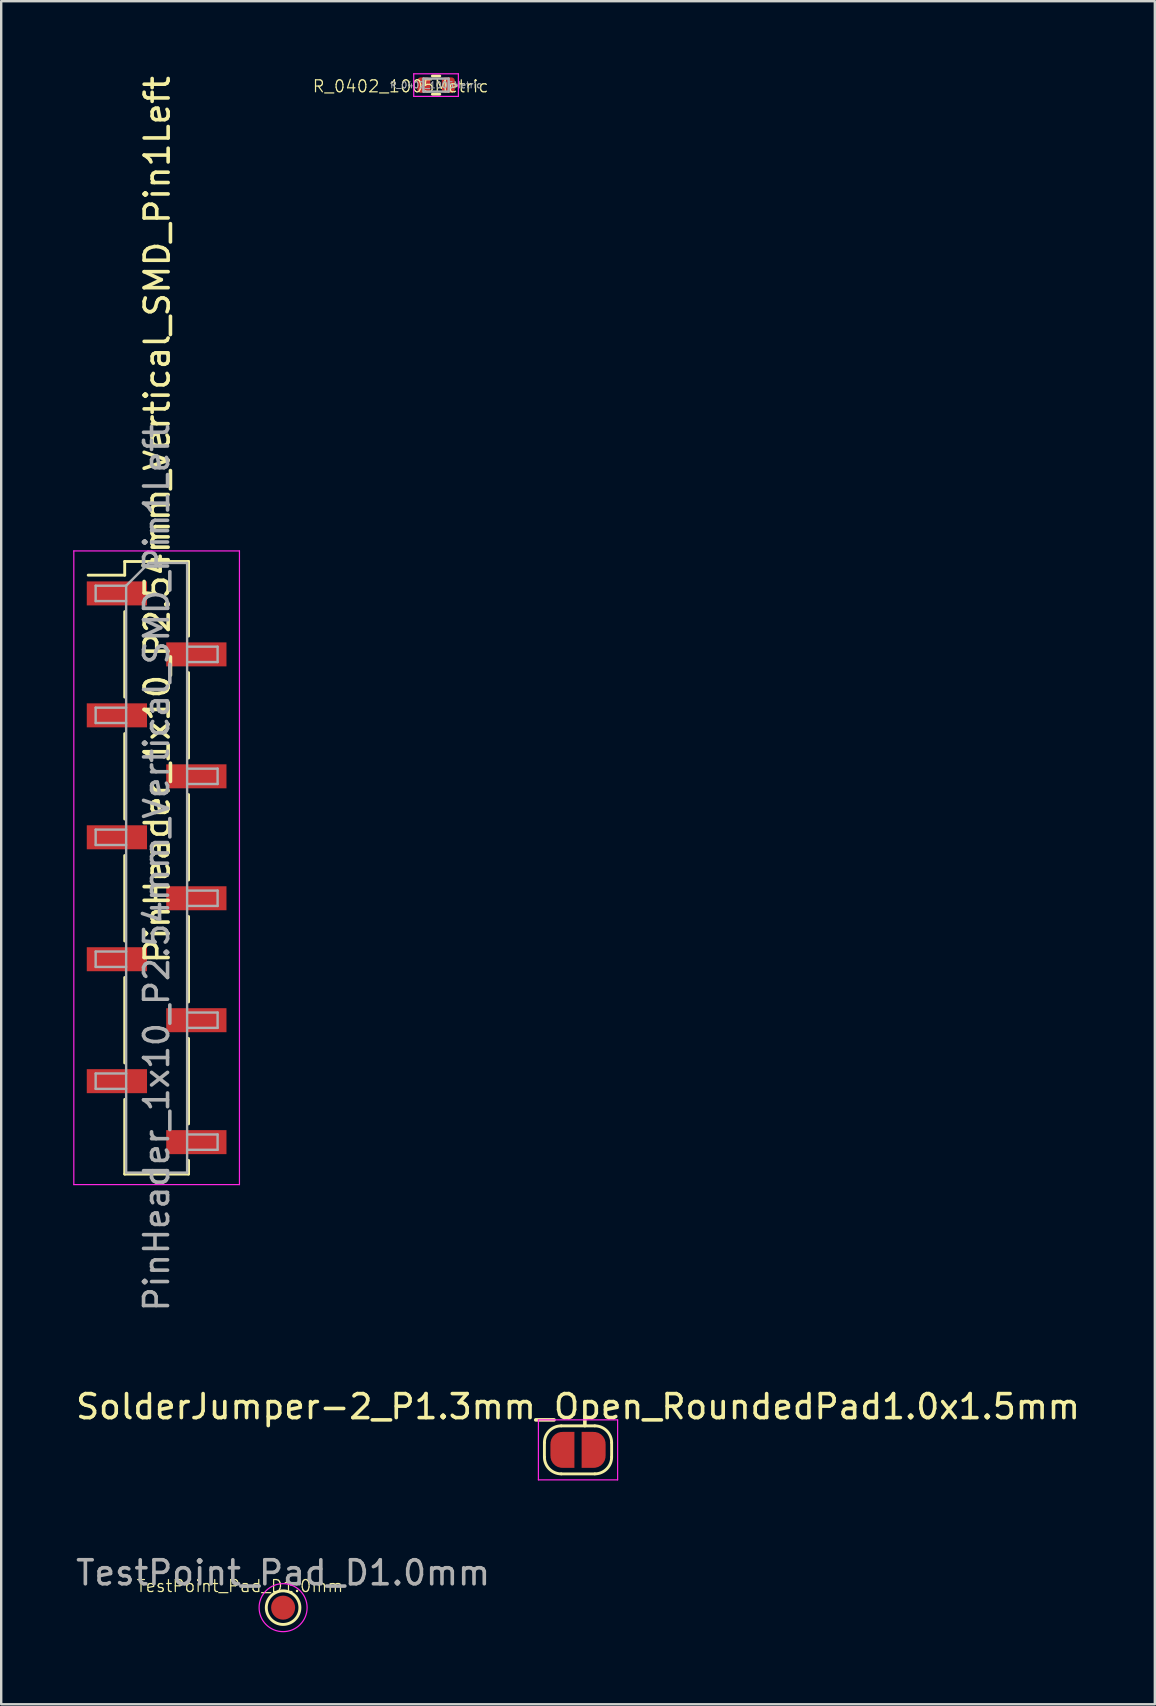
<source format=kicad_pcb>
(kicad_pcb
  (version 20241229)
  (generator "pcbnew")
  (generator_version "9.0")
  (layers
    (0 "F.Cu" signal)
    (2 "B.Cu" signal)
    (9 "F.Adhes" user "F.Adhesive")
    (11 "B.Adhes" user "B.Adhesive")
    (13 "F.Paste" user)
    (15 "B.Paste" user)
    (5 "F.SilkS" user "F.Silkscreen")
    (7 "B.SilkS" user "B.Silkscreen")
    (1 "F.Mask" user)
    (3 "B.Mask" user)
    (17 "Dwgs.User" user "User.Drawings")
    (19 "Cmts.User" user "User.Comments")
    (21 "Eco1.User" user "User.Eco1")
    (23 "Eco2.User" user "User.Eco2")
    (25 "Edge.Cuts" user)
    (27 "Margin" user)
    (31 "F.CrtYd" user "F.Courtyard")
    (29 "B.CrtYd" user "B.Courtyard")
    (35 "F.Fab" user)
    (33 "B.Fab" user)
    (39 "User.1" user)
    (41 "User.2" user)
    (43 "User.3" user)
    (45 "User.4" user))
  (footprint "TestPoint_Pad_D1.0mm"
    (layer "F.Cu")
    (at 8.744 63.924)
    (property "Reference" "TestPoint_Pad_D1.0mm" (at -1.8 -0.9 0) (unlocked yes) (layer "F.SilkS") (effects (font (size 0.5 0.5) (thickness 0.05))))
    (attr exclude_from_pos_files exclude_from_bom)
    (fp_circle (center 0 0) (end 0 0.7) (stroke (width 0.12) (type solid)) (fill no) (layer "F.SilkS"))
    (fp_circle (center 0 0) (end 1 0) (stroke (width 0.05) (type solid)) (fill no) (layer "F.CrtYd"))
    (fp_text user "${REFERENCE}" (at 0 -1.45 0) (layer "F.Fab") (effects (font (size 1 1) (thickness 0.15))))
    (pad "1" smd circle (at 0 0 180) (size 1 1) (layers "F.Cu" "F.Mask")))
  (footprint "R_0402_1005Metric"
    (layer "F.Cu")
    (at 15.116 0.495)
    (property "Reference" "R_0402_1005Metric" (at -1.474 0.05 0) (layer "F.SilkS") (effects (font (size 0.5 0.5) (thickness 0.05))))
    (attr smd)
    (fp_line (start -0.154 -0.38) (end 0.154 -0.38) (stroke (width 0.12) (type solid)) (layer "F.SilkS"))
    (fp_line (start -0.154 0.38) (end 0.154 0.38) (stroke (width 0.12) (type solid)) (layer "F.SilkS"))
    (fp_line (start -0.93 -0.47) (end 0.93 -0.47) (stroke (width 0.05) (type solid)) (layer "F.CrtYd"))
    (fp_line (start -0.93 0.47) (end -0.93 -0.47) (stroke (width 0.05) (type solid)) (layer "F.CrtYd"))
    (fp_line (start 0.93 -0.47) (end 0.93 0.47) (stroke (width 0.05) (type solid)) (layer "F.CrtYd"))
    (fp_line (start 0.93 0.47) (end -0.93 0.47) (stroke (width 0.05) (type solid)) (layer "F.CrtYd"))
    (fp_line (start -0.525 -0.27) (end 0.525 -0.27) (stroke (width 0.1) (type solid)) (layer "F.Fab"))
    (fp_line (start -0.525 0.27) (end -0.525 -0.27) (stroke (width 0.1) (type solid)) (layer "F.Fab"))
    (fp_line (start 0.525 -0.27) (end 0.525 0.27) (stroke (width 0.1) (type solid)) (layer "F.Fab"))
    (fp_line (start 0.525 0.27) (end -0.525 0.27) (stroke (width 0.1) (type solid)) (layer "F.Fab"))
    (fp_text user "${REFERENCE}" (at 0 0 0) (layer "F.Fab") (effects (font (size 0.26 0.26) (thickness 0.04))))
    (pad "1" smd roundrect (at -0.51 0) (size 0.54 0.64) (layers "F.Cu" "F.Mask" "F.Paste") (roundrect_rratio 0.25))
    (pad "2" smd roundrect (at 0.51 0) (size 0.54 0.64) (layers "F.Cu" "F.Mask" "F.Paste") (roundrect_rratio 0.25)))
  (footprint "PinHeader_1x10_P2.54mm_Vertical_SMD_Pin1Left"
    (layer "F.Cu")
    (at 3.475 33.101)
    (property "Reference" "PinHeader_1x10_P2.54mm_Vertical_SMD_Pin1Left" (at 0.025 -14.5 90) (unlocked yes) (layer "F.SilkS") (effects (font (size 1 1) (thickness 0.15))))
    (attr smd)
    (fp_line (start -1.33 -12.76) (end -1.33 -12.19) (stroke (width 0.12) (type solid)) (layer "F.SilkS"))
    (fp_line (start -1.33 -12.76) (end 1.33 -12.76) (stroke (width 0.12) (type solid)) (layer "F.SilkS"))
    (fp_line (start -1.33 -12.19) (end -2.85 -12.19) (stroke (width 0.12) (type solid)) (layer "F.SilkS"))
    (fp_line (start -1.33 -10.67) (end -1.33 -7.11) (stroke (width 0.12) (type solid)) (layer "F.SilkS"))
    (fp_line (start -1.33 -5.59) (end -1.33 -2.03) (stroke (width 0.12) (type solid)) (layer "F.SilkS"))
    (fp_line (start -1.33 -0.51) (end -1.33 3.05) (stroke (width 0.12) (type solid)) (layer "F.SilkS"))
    (fp_line (start -1.33 4.57) (end -1.33 8.13) (stroke (width 0.12) (type solid)) (layer "F.SilkS"))
    (fp_line (start -1.33 9.65) (end -1.33 12.76) (stroke (width 0.12) (type solid)) (layer "F.SilkS"))
    (fp_line (start -1.33 12.76) (end 1.33 12.76) (stroke (width 0.12) (type solid)) (layer "F.SilkS"))
    (fp_line (start 1.33 -12.76) (end 1.33 -9.65) (stroke (width 0.12) (type solid)) (layer "F.SilkS"))
    (fp_line (start 1.33 -8.13) (end 1.33 -4.57) (stroke (width 0.12) (type solid)) (layer "F.SilkS"))
    (fp_line (start 1.33 -3.05) (end 1.33 0.51) (stroke (width 0.12) (type solid)) (layer "F.SilkS"))
    (fp_line (start 1.33 2.03) (end 1.33 5.59) (stroke (width 0.12) (type solid)) (layer "F.SilkS"))
    (fp_line (start 1.33 7.11) (end 1.33 10.67) (stroke (width 0.12) (type solid)) (layer "F.SilkS"))
    (fp_line (start 1.33 12.19) (end 1.33 12.76) (stroke (width 0.12) (type solid)) (layer "F.SilkS"))
    (fp_line (start -3.45 -13.2) (end -3.45 13.2) (stroke (width 0.05) (type solid)) (layer "F.CrtYd"))
    (fp_line (start -3.45 13.2) (end 3.45 13.2) (stroke (width 0.05) (type solid)) (layer "F.CrtYd"))
    (fp_line (start 3.45 -13.2) (end -3.45 -13.2) (stroke (width 0.05) (type solid)) (layer "F.CrtYd"))
    (fp_line (start 3.45 13.2) (end 3.45 -13.2) (stroke (width 0.05) (type solid)) (layer "F.CrtYd"))
    (fp_line (start -2.54 -11.75) (end -2.54 -11.11) (stroke (width 0.1) (type solid)) (layer "F.Fab"))
    (fp_line (start -2.54 -11.11) (end -1.27 -11.11) (stroke (width 0.1) (type solid)) (layer "F.Fab"))
    (fp_line (start -2.54 -6.67) (end -2.54 -6.03) (stroke (width 0.1) (type solid)) (layer "F.Fab"))
    (fp_line (start -2.54 -6.03) (end -1.27 -6.03) (stroke (width 0.1) (type solid)) (layer "F.Fab"))
    (fp_line (start -2.54 -1.59) (end -2.54 -0.95) (stroke (width 0.1) (type solid)) (layer "F.Fab"))
    (fp_line (start -2.54 -0.95) (end -1.27 -0.95) (stroke (width 0.1) (type solid)) (layer "F.Fab"))
    (fp_line (start -2.54 3.49) (end -2.54 4.13) (stroke (width 0.1) (type solid)) (layer "F.Fab"))
    (fp_line (start -2.54 4.13) (end -1.27 4.13) (stroke (width 0.1) (type solid)) (layer "F.Fab"))
    (fp_line (start -2.54 8.57) (end -2.54 9.21) (stroke (width 0.1) (type solid)) (layer "F.Fab"))
    (fp_line (start -2.54 9.21) (end -1.27 9.21) (stroke (width 0.1) (type solid)) (layer "F.Fab"))
    (fp_line (start -1.27 -11.75) (end -2.54 -11.75) (stroke (width 0.1) (type solid)) (layer "F.Fab"))
    (fp_line (start -1.27 -11.75) (end -0.32 -12.7) (stroke (width 0.1) (type solid)) (layer "F.Fab"))
    (fp_line (start -1.27 -6.67) (end -2.54 -6.67) (stroke (width 0.1) (type solid)) (layer "F.Fab"))
    (fp_line (start -1.27 -1.59) (end -2.54 -1.59) (stroke (width 0.1) (type solid)) (layer "F.Fab"))
    (fp_line (start -1.27 3.49) (end -2.54 3.49) (stroke (width 0.1) (type solid)) (layer "F.Fab"))
    (fp_line (start -1.27 8.57) (end -2.54 8.57) (stroke (width 0.1) (type solid)) (layer "F.Fab"))
    (fp_line (start -1.27 12.7) (end -1.27 -11.75) (stroke (width 0.1) (type solid)) (layer "F.Fab"))
    (fp_line (start -0.32 -12.7) (end 1.27 -12.7) (stroke (width 0.1) (type solid)) (layer "F.Fab"))
    (fp_line (start 1.27 -12.7) (end 1.27 12.7) (stroke (width 0.1) (type solid)) (layer "F.Fab"))
    (fp_line (start 1.27 -9.21) (end 2.54 -9.21) (stroke (width 0.1) (type solid)) (layer "F.Fab"))
    (fp_line (start 1.27 -4.13) (end 2.54 -4.13) (stroke (width 0.1) (type solid)) (layer "F.Fab"))
    (fp_line (start 1.27 0.95) (end 2.54 0.95) (stroke (width 0.1) (type solid)) (layer "F.Fab"))
    (fp_line (start 1.27 6.03) (end 2.54 6.03) (stroke (width 0.1) (type solid)) (layer "F.Fab"))
    (fp_line (start 1.27 11.11) (end 2.54 11.11) (stroke (width 0.1) (type solid)) (layer "F.Fab"))
    (fp_line (start 1.27 12.7) (end -1.27 12.7) (stroke (width 0.1) (type solid)) (layer "F.Fab"))
    (fp_line (start 2.54 -9.21) (end 2.54 -8.57) (stroke (width 0.1) (type solid)) (layer "F.Fab"))
    (fp_line (start 2.54 -8.57) (end 1.27 -8.57) (stroke (width 0.1) (type solid)) (layer "F.Fab"))
    (fp_line (start 2.54 -4.13) (end 2.54 -3.49) (stroke (width 0.1) (type solid)) (layer "F.Fab"))
    (fp_line (start 2.54 -3.49) (end 1.27 -3.49) (stroke (width 0.1) (type solid)) (layer "F.Fab"))
    (fp_line (start 2.54 0.95) (end 2.54 1.59) (stroke (width 0.1) (type solid)) (layer "F.Fab"))
    (fp_line (start 2.54 1.59) (end 1.27 1.59) (stroke (width 0.1) (type solid)) (layer "F.Fab"))
    (fp_line (start 2.54 6.03) (end 2.54 6.67) (stroke (width 0.1) (type solid)) (layer "F.Fab"))
    (fp_line (start 2.54 6.67) (end 1.27 6.67) (stroke (width 0.1) (type solid)) (layer "F.Fab"))
    (fp_line (start 2.54 11.11) (end 2.54 11.75) (stroke (width 0.1) (type solid)) (layer "F.Fab"))
    (fp_line (start 2.54 11.75) (end 1.27 11.75) (stroke (width 0.1) (type solid)) (layer "F.Fab"))
    (fp_text user "${REFERENCE}" (at 0 0 90) (layer "F.Fab") (effects (font (size 1 1) (thickness 0.15))))
    (pad "1" smd rect (at -1.655 -11.43 180) (size 2.51 1) (layers "F.Cu" "F.Mask" "F.Paste"))
    (pad "2" smd rect (at 1.655 -8.89 180) (size 2.51 1) (layers "F.Cu" "F.Mask" "F.Paste"))
    (pad "3" smd rect (at -1.655 -6.35 180) (size 2.51 1) (layers "F.Cu" "F.Mask" "F.Paste"))
    (pad "4" smd rect (at 1.655 -3.81 180) (size 2.51 1) (layers "F.Cu" "F.Mask" "F.Paste"))
    (pad "5" smd rect (at -1.655 -1.27 180) (size 2.51 1) (layers "F.Cu" "F.Mask" "F.Paste"))
    (pad "6" smd rect (at 1.655 1.27 180) (size 2.51 1) (layers "F.Cu" "F.Mask" "F.Paste"))
    (pad "7" smd rect (at -1.655 3.81 180) (size 2.51 1) (layers "F.Cu" "F.Mask" "F.Paste"))
    (pad "8" smd rect (at 1.655 6.35 180) (size 2.51 1) (layers "F.Cu" "F.Mask" "F.Paste"))
    (pad "9" smd rect (at -1.655 8.89 180) (size 2.51 1) (layers "F.Cu" "F.Mask" "F.Paste"))
    (pad "10" smd rect (at 1.655 11.43 180) (size 2.51 1) (layers "F.Cu" "F.Mask" "F.Paste")))
  (footprint "SolderJumper-2_P1.3mm_Open_RoundedPad1.0x1.5mm"
    (layer "F.Cu")
    (at 21.03 57.351)
    (property "Reference" "SolderJumper-2_P1.3mm_Open_RoundedPad1.0x1.5mm" (at 0 -1.8 0) (layer "F.SilkS") (effects (font (size 1 1) (thickness 0.15))))
    (attr exclude_from_pos_files exclude_from_bom)
    (fp_line (start -1.4 0.3) (end -1.4 -0.3) (stroke (width 0.12) (type solid)) (layer "F.SilkS"))
    (fp_line (start -0.7 -1) (end 0.7 -1) (stroke (width 0.12) (type solid)) (layer "F.SilkS"))
    (fp_line (start 0.7 1) (end -0.7 1) (stroke (width 0.12) (type solid)) (layer "F.SilkS"))
    (fp_line (start 1.4 -0.3) (end 1.4 0.3) (stroke (width 0.12) (type solid)) (layer "F.SilkS"))
    (fp_arc (start -1.4 -0.3) (mid -1.194975 -0.794975) (end -0.7 -1) (stroke (width 0.12) (type solid)) (layer "F.SilkS"))
    (fp_arc (start -0.7 1) (mid -1.194975 0.794975) (end -1.4 0.3) (stroke (width 0.12) (type solid)) (layer "F.SilkS"))
    (fp_arc (start 0.7 -1) (mid 1.194975 -0.794975) (end 1.4 -0.3) (stroke (width 0.12) (type solid)) (layer "F.SilkS"))
    (fp_arc (start 1.4 0.3) (mid 1.194975 0.794975) (end 0.7 1) (stroke (width 0.12) (type solid)) (layer "F.SilkS"))
    (fp_line (start -1.65 -1.25) (end -1.65 1.25) (stroke (width 0.05) (type solid)) (layer "F.CrtYd"))
    (fp_line (start -1.65 -1.25) (end 1.65 -1.25) (stroke (width 0.05) (type solid)) (layer "F.CrtYd"))
    (fp_line (start 1.65 1.25) (end -1.65 1.25) (stroke (width 0.05) (type solid)) (layer "F.CrtYd"))
    (fp_line (start 1.65 1.25) (end 1.65 -1.25) (stroke (width 0.05) (type solid)) (layer "F.CrtYd"))
    (pad "1" smd custom (at -0.65 0) (size 1 0.5) (layers "F.Cu" "F.Mask") (options (anchor rect)) (primitives (gr_circle (center 0 0.25) (end 0.5 0.25) (width 0) (fill yes)) (gr_circle (center 0 -0.25) (end 0.5 -0.25) (width 0) (fill yes)) (gr_poly (pts (xy 0.5 0.75) (xy 0 0.75) (xy 0 -0.75) (xy 0.5 -0.75)) (width 0) (fill yes))))
    (pad "2" smd custom (at 0.65 0) (size 1 0.5) (layers "F.Cu" "F.Mask") (options (anchor rect)) (primitives (gr_circle (center 0 0.25) (end 0.5 0.25) (width 0) (fill yes)) (gr_circle (center 0 -0.25) (end 0.5 -0.25) (width 0) (fill yes)) (gr_poly (pts (xy 0 0.75) (xy -0.5 0.75) (xy -0.5 -0.75) (xy 0 -0.75)) (width 0) (fill yes)))))
  (gr_rect
    (start -3 -3)
    (end 45.06 67.949)
    (stroke (width 0.1) (type default))
    (fill no)
    (layer "Edge.Cuts")))
</source>
